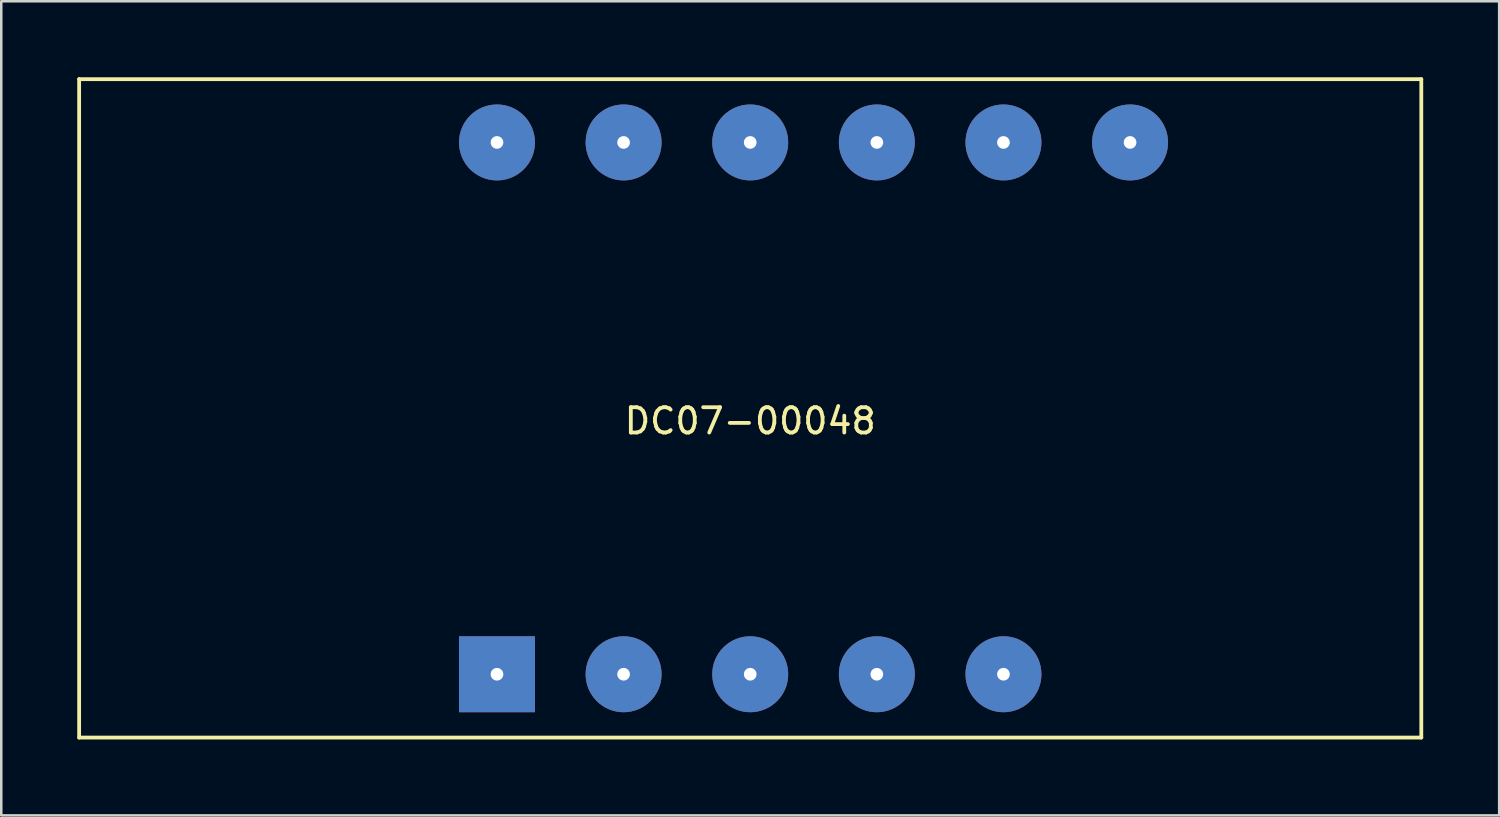
<source format=kicad_pcb>
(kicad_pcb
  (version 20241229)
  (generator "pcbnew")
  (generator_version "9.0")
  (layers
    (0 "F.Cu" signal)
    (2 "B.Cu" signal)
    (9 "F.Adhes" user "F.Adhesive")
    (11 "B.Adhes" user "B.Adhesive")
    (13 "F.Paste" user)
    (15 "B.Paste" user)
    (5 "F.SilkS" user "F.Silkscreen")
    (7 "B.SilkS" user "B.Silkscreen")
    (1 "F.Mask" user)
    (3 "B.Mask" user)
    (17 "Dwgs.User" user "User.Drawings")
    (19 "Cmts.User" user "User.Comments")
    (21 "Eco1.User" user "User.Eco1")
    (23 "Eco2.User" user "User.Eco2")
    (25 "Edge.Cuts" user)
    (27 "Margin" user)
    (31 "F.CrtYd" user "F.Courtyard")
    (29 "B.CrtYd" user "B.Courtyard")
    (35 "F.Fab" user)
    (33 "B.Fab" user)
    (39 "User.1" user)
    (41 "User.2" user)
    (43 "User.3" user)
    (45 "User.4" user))
  (footprint "DC07-00048"
    (layer "F.Cu")
    (at 26.575 13.075)
    (property "Reference" "DC07-00048" (at 0 0.5 0) (layer "F.SilkS") (effects (font (size 1 1) (thickness 0.15))))
    (attr through_hole)
    (fp_line (start -26.5 -13) (end -26.5 13) (stroke (width 0.15) (type solid)) (layer "F.SilkS"))
    (fp_line (start -26.5 13) (end 26.5 13) (stroke (width 0.15) (type solid)) (layer "F.SilkS"))
    (fp_line (start 26.5 -13) (end -26.5 -13) (stroke (width 0.15) (type solid)) (layer "F.SilkS"))
    (fp_line (start 26.5 13) (end 26.5 -13) (stroke (width 0.15) (type solid)) (layer "F.SilkS"))
    (pad "1" thru_hole rect (at -10 10.5) (size 3 3) (drill 0.5) (layers "*.Cu" "*.Mask"))
    (pad "2" thru_hole circle (at -5 10.5) (size 3 3) (drill 0.5) (layers "*.Cu" "*.Mask"))
    (pad "3" thru_hole circle (at 0 10.5) (size 3 3) (drill 0.5) (layers "*.Cu" "*.Mask"))
    (pad "4" thru_hole circle (at 5 10.5) (size 3 3) (drill 0.5) (layers "*.Cu" "*.Mask"))
    (pad "5" thru_hole circle (at 10 10.5) (size 3 3) (drill 0.5) (layers "*.Cu" "*.Mask"))
    (pad "6" thru_hole circle (at 15 -10.5) (size 3 3) (drill 0.5) (layers "*.Cu" "*.Mask"))
    (pad "7" thru_hole circle (at 10 -10.5) (size 3 3) (drill 0.5) (layers "*.Cu" "*.Mask"))
    (pad "8" thru_hole circle (at 5 -10.5) (size 3 3) (drill 0.5) (layers "*.Cu" "*.Mask"))
    (pad "9" thru_hole circle (at 0 -10.5) (size 3 3) (drill 0.5) (layers "*.Cu" "*.Mask"))
    (pad "10" thru_hole circle (at -5 -10.5) (size 3 3) (drill 0.5) (layers "*.Cu" "*.Mask"))
    (pad "11" thru_hole circle (at -10 -10.5) (size 3 3) (drill 0.5) (layers "*.Cu" "*.Mask")))
  (gr_rect
    (start -3 -3)
    (end 56.15 29.15)
    (stroke (width 0.1) (type default))
    (fill no)
    (layer "Edge.Cuts")))
</source>
